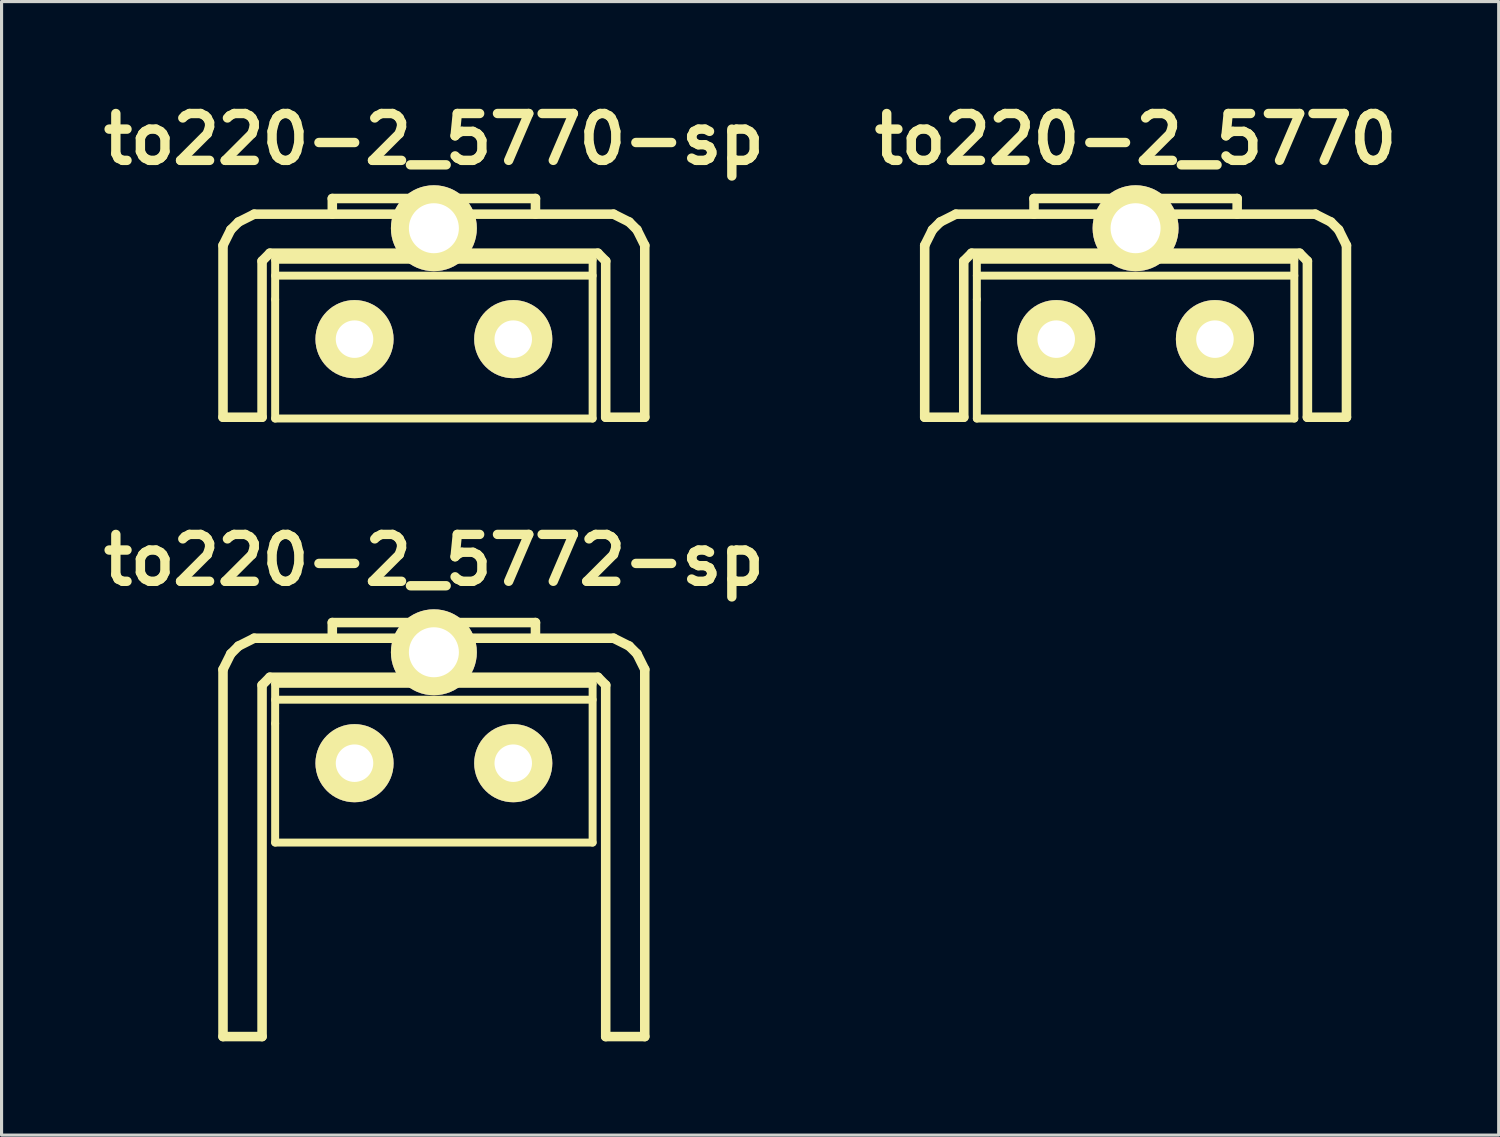
<source format=kicad_pcb>
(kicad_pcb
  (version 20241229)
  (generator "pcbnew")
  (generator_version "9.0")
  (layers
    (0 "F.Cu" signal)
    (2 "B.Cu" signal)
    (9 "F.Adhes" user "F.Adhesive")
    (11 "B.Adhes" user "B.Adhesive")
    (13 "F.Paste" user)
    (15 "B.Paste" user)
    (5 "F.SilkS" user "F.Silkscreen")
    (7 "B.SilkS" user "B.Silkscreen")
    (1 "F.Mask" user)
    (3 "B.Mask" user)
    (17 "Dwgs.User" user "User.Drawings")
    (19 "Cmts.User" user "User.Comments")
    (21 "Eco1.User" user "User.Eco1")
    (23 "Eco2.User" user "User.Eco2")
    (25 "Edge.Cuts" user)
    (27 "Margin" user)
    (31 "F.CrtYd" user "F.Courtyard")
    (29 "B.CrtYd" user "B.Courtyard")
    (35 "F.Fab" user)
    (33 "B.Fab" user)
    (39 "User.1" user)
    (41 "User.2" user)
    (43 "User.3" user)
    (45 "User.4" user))
  (footprint "to220-2_5770-sp"
    (layer "F.Cu")
    (at 10.836 7.804)
    (property "Reference" "to220-2_5770-sp" (at 0 -6.4 0) (layer "F.SilkS") (effects (font (size 1.5 1.5) (thickness 0.3))))
    (attr through_hole)
    (fp_line (start -6.749 -3) (end -6.5 -3.5) (stroke (width 0.305) (type solid)) (layer "F.SilkS"))
    (fp_line (start -6.749 2.499) (end -6.749 -3) (stroke (width 0.305) (type solid)) (layer "F.SilkS"))
    (fp_line (start -6.5 -3.5) (end -6.251 -3.749) (stroke (width 0.305) (type solid)) (layer "F.SilkS"))
    (fp_line (start -6.251 -3.749) (end -5.751 -4) (stroke (width 0.305) (type solid)) (layer "F.SilkS"))
    (fp_line (start -5.499 -2.499) (end -5.499 2.499) (stroke (width 0.305) (type solid)) (layer "F.SilkS"))
    (fp_line (start -5.499 -2.499) (end -5.25 -2.751) (stroke (width 0.305) (type solid)) (layer "F.SilkS"))
    (fp_line (start -5.499 2.499) (end -6.749 2.499) (stroke (width 0.305) (type solid)) (layer "F.SilkS"))
    (fp_line (start -5.25 -2.751) (end 5.25 -2.751) (stroke (width 0.305) (type solid)) (layer "F.SilkS"))
    (fp_line (start -5.08 -2.54) (end -5.08 -1.27) (stroke (width 0.254) (type solid)) (layer "F.SilkS"))
    (fp_line (start -5.08 -2.032) (end 5.08 -2.032) (stroke (width 0.254) (type solid)) (layer "F.SilkS"))
    (fp_line (start -5.08 -1.27) (end -5.08 2.54) (stroke (width 0.254) (type solid)) (layer "F.SilkS"))
    (fp_line (start -5.08 2.54) (end 5.08 2.54) (stroke (width 0.254) (type solid)) (layer "F.SilkS"))
    (fp_line (start -3.251 -4.501) (end 3.251 -4.501) (stroke (width 0.305) (type solid)) (layer "F.SilkS"))
    (fp_line (start -3.251 -4) (end -3.251 -4.501) (stroke (width 0.305) (type solid)) (layer "F.SilkS"))
    (fp_line (start 3.251 -4.501) (end 3.251 -4) (stroke (width 0.305) (type solid)) (layer "F.SilkS"))
    (fp_line (start 5.08 -2.54) (end -5.08 -2.54) (stroke (width 0.254) (type solid)) (layer "F.SilkS"))
    (fp_line (start 5.08 2.54) (end 5.08 -2.54) (stroke (width 0.254) (type solid)) (layer "F.SilkS"))
    (fp_line (start 5.25 -2.751) (end 5.499 -2.499) (stroke (width 0.305) (type solid)) (layer "F.SilkS"))
    (fp_line (start 5.499 2.499) (end 5.499 -2.499) (stroke (width 0.305) (type solid)) (layer "F.SilkS"))
    (fp_line (start 5.751 -4) (end -5.751 -4) (stroke (width 0.305) (type solid)) (layer "F.SilkS"))
    (fp_line (start 5.751 -4) (end 6.251 -3.749) (stroke (width 0.305) (type solid)) (layer "F.SilkS"))
    (fp_line (start 6.251 -3.749) (end 6.5 -3.5) (stroke (width 0.305) (type solid)) (layer "F.SilkS"))
    (fp_line (start 6.5 -3.5) (end 6.749 -3) (stroke (width 0.305) (type solid)) (layer "F.SilkS"))
    (fp_line (start 6.749 -3) (end 6.749 2.499) (stroke (width 0.305) (type solid)) (layer "F.SilkS"))
    (fp_line (start 6.749 2.499) (end 5.499 2.499) (stroke (width 0.305) (type solid)) (layer "F.SilkS"))
    (pad "" thru_hole circle (at 0 -3.55) (size 2.75 2.75) (drill 1.6) (layers "*.Cu" "*.Mask" "F.SilkS"))
    (pad "1" thru_hole circle (at -2.54 0) (size 2.5 2.5) (drill 1.2) (layers "*.Cu" "*.Mask" "F.SilkS"))
    (pad "2" thru_hole circle (at 2.54 0) (size 2.5 2.5) (drill 1.2) (layers "*.Cu" "*.Mask" "F.SilkS")))
  (footprint "to220-2_5770"
    (layer "F.Cu")
    (at 33.293 7.804)
    (property "Reference" "to220-2_5770" (at 0 -6.4 0) (layer "F.SilkS") (effects (font (size 1.5 1.5) (thickness 0.3))))
    (attr through_hole)
    (fp_line (start -6.749 -3) (end -6.5 -3.5) (stroke (width 0.305) (type solid)) (layer "F.SilkS"))
    (fp_line (start -6.749 2.499) (end -6.749 -3) (stroke (width 0.305) (type solid)) (layer "F.SilkS"))
    (fp_line (start -6.5 -3.5) (end -6.251 -3.749) (stroke (width 0.305) (type solid)) (layer "F.SilkS"))
    (fp_line (start -6.251 -3.749) (end -5.751 -4) (stroke (width 0.305) (type solid)) (layer "F.SilkS"))
    (fp_line (start -5.499 -2.499) (end -5.499 2.499) (stroke (width 0.305) (type solid)) (layer "F.SilkS"))
    (fp_line (start -5.499 -2.499) (end -5.25 -2.751) (stroke (width 0.305) (type solid)) (layer "F.SilkS"))
    (fp_line (start -5.499 2.499) (end -6.749 2.499) (stroke (width 0.305) (type solid)) (layer "F.SilkS"))
    (fp_line (start -5.25 -2.751) (end 5.25 -2.751) (stroke (width 0.305) (type solid)) (layer "F.SilkS"))
    (fp_line (start -5.08 -2.54) (end -5.08 -1.27) (stroke (width 0.254) (type solid)) (layer "F.SilkS"))
    (fp_line (start -5.08 -2.032) (end 5.08 -2.032) (stroke (width 0.254) (type solid)) (layer "F.SilkS"))
    (fp_line (start -5.08 -1.27) (end -5.08 2.54) (stroke (width 0.254) (type solid)) (layer "F.SilkS"))
    (fp_line (start -5.08 2.54) (end 5.08 2.54) (stroke (width 0.254) (type solid)) (layer "F.SilkS"))
    (fp_line (start -3.251 -4.501) (end 3.251 -4.501) (stroke (width 0.305) (type solid)) (layer "F.SilkS"))
    (fp_line (start -3.251 -4) (end -3.251 -4.501) (stroke (width 0.305) (type solid)) (layer "F.SilkS"))
    (fp_line (start 3.251 -4.501) (end 3.251 -4) (stroke (width 0.305) (type solid)) (layer "F.SilkS"))
    (fp_line (start 5.08 -2.54) (end -5.08 -2.54) (stroke (width 0.254) (type solid)) (layer "F.SilkS"))
    (fp_line (start 5.08 2.54) (end 5.08 -2.54) (stroke (width 0.254) (type solid)) (layer "F.SilkS"))
    (fp_line (start 5.25 -2.751) (end 5.499 -2.499) (stroke (width 0.305) (type solid)) (layer "F.SilkS"))
    (fp_line (start 5.499 2.499) (end 5.499 -2.499) (stroke (width 0.305) (type solid)) (layer "F.SilkS"))
    (fp_line (start 5.751 -4) (end -5.751 -4) (stroke (width 0.305) (type solid)) (layer "F.SilkS"))
    (fp_line (start 5.751 -4) (end 6.251 -3.749) (stroke (width 0.305) (type solid)) (layer "F.SilkS"))
    (fp_line (start 6.251 -3.749) (end 6.5 -3.5) (stroke (width 0.305) (type solid)) (layer "F.SilkS"))
    (fp_line (start 6.5 -3.5) (end 6.749 -3) (stroke (width 0.305) (type solid)) (layer "F.SilkS"))
    (fp_line (start 6.749 -3) (end 6.749 2.499) (stroke (width 0.305) (type solid)) (layer "F.SilkS"))
    (fp_line (start 6.749 2.499) (end 5.499 2.499) (stroke (width 0.305) (type solid)) (layer "F.SilkS"))
    (pad "" thru_hole circle (at 0 -3.55) (size 2.75 2.75) (drill 1.6) (layers "*.Cu" "*.Mask" "F.SilkS"))
    (pad "1" thru_hole circle (at 2.54 0) (size 2.5 2.5) (drill 1.2) (layers "*.Cu" "*.Mask" "F.SilkS"))
    (pad "2" thru_hole circle (at -2.54 0) (size 2.5 2.5) (drill 1.2) (layers "*.Cu" "*.Mask" "F.SilkS")))
  (footprint "to220-2_5772-sp"
    (layer "F.Cu")
    (at 10.836 21.375)
    (property "Reference" "to220-2_5772-sp" (at 0 -6.5 0) (layer "F.SilkS") (effects (font (size 1.5 1.5) (thickness 0.3))))
    (attr through_hole)
    (fp_line (start -6.749 -3) (end -6.749 8.75) (stroke (width 0.305) (type solid)) (layer "F.SilkS"))
    (fp_line (start -6.749 -3) (end -6.5 -3.5) (stroke (width 0.305) (type solid)) (layer "F.SilkS"))
    (fp_line (start -6.5 -3.5) (end -6.251 -3.749) (stroke (width 0.305) (type solid)) (layer "F.SilkS"))
    (fp_line (start -6.251 -3.749) (end -5.751 -4) (stroke (width 0.305) (type solid)) (layer "F.SilkS"))
    (fp_line (start -5.499 -2.499) (end -5.25 -2.751) (stroke (width 0.305) (type solid)) (layer "F.SilkS"))
    (fp_line (start -5.499 8.75) (end -6.749 8.75) (stroke (width 0.305) (type solid)) (layer "F.SilkS"))
    (fp_line (start -5.499 8.75) (end -5.499 -2.499) (stroke (width 0.305) (type solid)) (layer "F.SilkS"))
    (fp_line (start -5.25 -2.751) (end 5.25 -2.751) (stroke (width 0.305) (type solid)) (layer "F.SilkS"))
    (fp_line (start -5.08 -2.54) (end -5.08 -1.27) (stroke (width 0.254) (type solid)) (layer "F.SilkS"))
    (fp_line (start -5.08 -2.032) (end 5.08 -2.032) (stroke (width 0.254) (type solid)) (layer "F.SilkS"))
    (fp_line (start -5.08 -1.27) (end -5.08 2.54) (stroke (width 0.254) (type solid)) (layer "F.SilkS"))
    (fp_line (start -5.08 2.54) (end 5.08 2.54) (stroke (width 0.254) (type solid)) (layer "F.SilkS"))
    (fp_line (start -3.251 -4.501) (end 3.251 -4.501) (stroke (width 0.305) (type solid)) (layer "F.SilkS"))
    (fp_line (start -3.251 -4) (end -3.251 -4.501) (stroke (width 0.305) (type solid)) (layer "F.SilkS"))
    (fp_line (start 3.251 -4.501) (end 3.251 -4) (stroke (width 0.305) (type solid)) (layer "F.SilkS"))
    (fp_line (start 5.08 -2.54) (end -5.08 -2.54) (stroke (width 0.254) (type solid)) (layer "F.SilkS"))
    (fp_line (start 5.08 2.54) (end 5.08 -2.54) (stroke (width 0.254) (type solid)) (layer "F.SilkS"))
    (fp_line (start 5.25 -2.751) (end 5.499 -2.499) (stroke (width 0.305) (type solid)) (layer "F.SilkS"))
    (fp_line (start 5.499 -2.499) (end 5.499 8.75) (stroke (width 0.305) (type solid)) (layer "F.SilkS"))
    (fp_line (start 5.751 -4) (end -5.751 -4) (stroke (width 0.305) (type solid)) (layer "F.SilkS"))
    (fp_line (start 5.751 -4) (end 6.251 -3.749) (stroke (width 0.305) (type solid)) (layer "F.SilkS"))
    (fp_line (start 6.251 -3.749) (end 6.5 -3.5) (stroke (width 0.305) (type solid)) (layer "F.SilkS"))
    (fp_line (start 6.5 -3.5) (end 6.749 -3) (stroke (width 0.305) (type solid)) (layer "F.SilkS"))
    (fp_line (start 6.749 -3) (end 6.749 8.75) (stroke (width 0.305) (type solid)) (layer "F.SilkS"))
    (fp_line (start 6.749 8.75) (end 5.499 8.75) (stroke (width 0.305) (type solid)) (layer "F.SilkS"))
    (pad "" thru_hole circle (at 0 -3.55) (size 2.75 2.75) (drill 1.6) (layers "*.Cu" "*.Mask" "F.SilkS"))
    (pad "1" thru_hole circle (at -2.54 0) (size 2.5 2.5) (drill 1.2) (layers "*.Cu" "*.Mask" "F.SilkS"))
    (pad "2" thru_hole circle (at 2.54 0) (size 2.5 2.5) (drill 1.2) (layers "*.Cu" "*.Mask" "F.SilkS")))
  (gr_rect
    (start -3 -3)
    (end 44.914 33.278)
    (stroke (width 0.1) (type default))
    (fill no)
    (layer "Edge.Cuts")))
</source>
